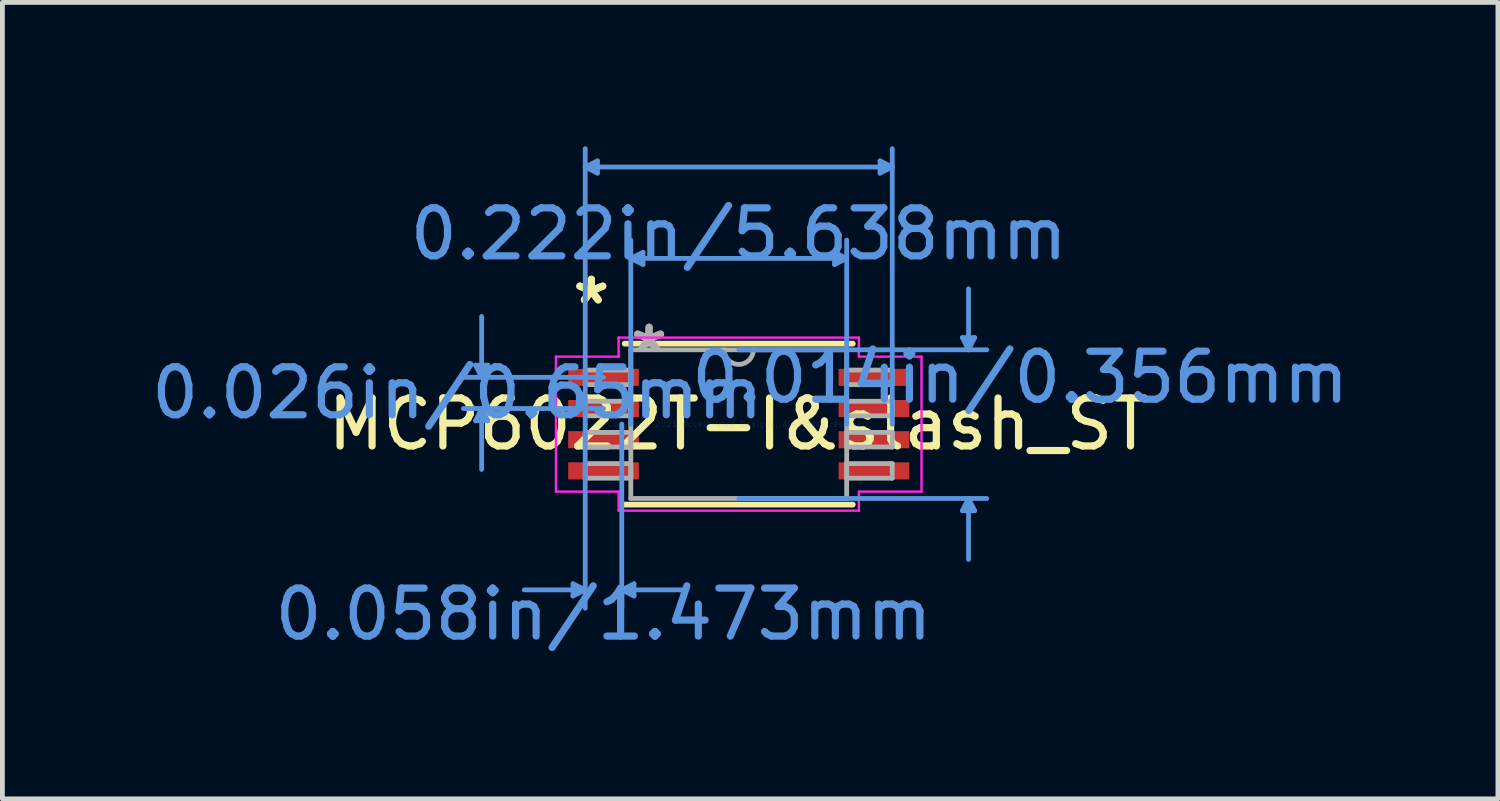
<source format=kicad_pcb>
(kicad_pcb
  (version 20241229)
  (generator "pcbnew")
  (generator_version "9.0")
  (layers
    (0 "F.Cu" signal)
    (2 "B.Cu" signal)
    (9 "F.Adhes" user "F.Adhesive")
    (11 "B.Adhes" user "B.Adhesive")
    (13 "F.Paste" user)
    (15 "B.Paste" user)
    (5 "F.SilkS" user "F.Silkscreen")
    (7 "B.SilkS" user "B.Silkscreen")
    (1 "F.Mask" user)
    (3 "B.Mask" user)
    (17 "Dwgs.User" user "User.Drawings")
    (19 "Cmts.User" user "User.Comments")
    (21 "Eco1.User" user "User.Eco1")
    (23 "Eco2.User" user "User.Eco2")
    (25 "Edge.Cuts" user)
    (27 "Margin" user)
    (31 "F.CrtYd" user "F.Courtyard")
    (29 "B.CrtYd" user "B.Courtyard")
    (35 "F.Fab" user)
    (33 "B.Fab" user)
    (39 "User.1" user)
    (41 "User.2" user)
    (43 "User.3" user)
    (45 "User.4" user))
  (footprint "MCP6022T-I&slash_ST"
    (layer "F.Cu")
    (at 12.349 5.791)
    (property "Reference" "MCP6022T-I&slash_ST" (at 0 0 0) (layer "F.SilkS") (effects (font (size 1 1) (thickness 0.15))))
    (attr through_hole)
    (fp_line (start -2.377 1.677) (end 2.377 1.677) (stroke (width 0.12) (type solid)) (layer "F.SilkS"))
    (fp_line (start 2.377 -1.677) (end -2.377 -1.677) (stroke (width 0.12) (type solid)) (layer "F.SilkS"))
    (fp_line (start -5.486 -1.229) (end -5.232 -1.229) (stroke (width 0.1) (type solid)) (layer "Cmts.User"))
    (fp_line (start -5.486 -0.071) (end -5.232 -0.071) (stroke (width 0.1) (type solid)) (layer "Cmts.User"))
    (fp_line (start -5.359 -0.975) (end -5.486 -1.229) (stroke (width 0.1) (type solid)) (layer "Cmts.User"))
    (fp_line (start -5.359 -0.975) (end -5.359 -2.245) (stroke (width 0.1) (type solid)) (layer "Cmts.User"))
    (fp_line (start -5.359 -0.975) (end -5.232 -1.229) (stroke (width 0.1) (type solid)) (layer "Cmts.User"))
    (fp_line (start -5.359 -0.325) (end -5.486 -0.071) (stroke (width 0.1) (type solid)) (layer "Cmts.User"))
    (fp_line (start -5.359 -0.325) (end -5.359 0.945) (stroke (width 0.1) (type solid)) (layer "Cmts.User"))
    (fp_line (start -5.359 -0.325) (end -5.232 -0.071) (stroke (width 0.1) (type solid)) (layer "Cmts.User"))
    (fp_line (start -3.454 3.328) (end -3.454 3.582) (stroke (width 0.1) (type solid)) (layer "Cmts.User"))
    (fp_line (start -3.2 -5.36) (end -2.946 -5.487) (stroke (width 0.1) (type solid)) (layer "Cmts.User"))
    (fp_line (start -3.2 -5.36) (end -2.946 -5.233) (stroke (width 0.1) (type solid)) (layer "Cmts.User"))
    (fp_line (start -3.2 -5.36) (end 3.2 -5.36) (stroke (width 0.1) (type solid)) (layer "Cmts.User"))
    (fp_line (start -3.2 0) (end -3.2 -5.741) (stroke (width 0.1) (type solid)) (layer "Cmts.User"))
    (fp_line (start -3.2 0) (end -3.2 3.836) (stroke (width 0.1) (type solid)) (layer "Cmts.User"))
    (fp_line (start -3.2 3.455) (end -4.47 3.455) (stroke (width 0.1) (type solid)) (layer "Cmts.User"))
    (fp_line (start -3.2 3.455) (end -3.454 3.328) (stroke (width 0.1) (type solid)) (layer "Cmts.User"))
    (fp_line (start -3.2 3.455) (end -3.454 3.582) (stroke (width 0.1) (type solid)) (layer "Cmts.User"))
    (fp_line (start -2.946 -5.487) (end -2.946 -5.233) (stroke (width 0.1) (type solid)) (layer "Cmts.User"))
    (fp_line (start -2.819 -0.975) (end -5.74 -0.975) (stroke (width 0.1) (type solid)) (layer "Cmts.User"))
    (fp_line (start -2.819 -0.325) (end -5.74 -0.325) (stroke (width 0.1) (type solid)) (layer "Cmts.User"))
    (fp_line (start -2.438 0) (end -2.438 3.836) (stroke (width 0.1) (type solid)) (layer "Cmts.User"))
    (fp_line (start -2.438 3.455) (end -2.184 3.328) (stroke (width 0.1) (type solid)) (layer "Cmts.User"))
    (fp_line (start -2.438 3.455) (end -2.184 3.582) (stroke (width 0.1) (type solid)) (layer "Cmts.User"))
    (fp_line (start -2.438 3.455) (end -1.168 3.455) (stroke (width 0.1) (type solid)) (layer "Cmts.User"))
    (fp_line (start -2.25 -3.455) (end -1.996 -3.582) (stroke (width 0.1) (type solid)) (layer "Cmts.User"))
    (fp_line (start -2.25 -3.455) (end -1.996 -3.328) (stroke (width 0.1) (type solid)) (layer "Cmts.User"))
    (fp_line (start -2.25 -3.455) (end 2.25 -3.455) (stroke (width 0.1) (type solid)) (layer "Cmts.User"))
    (fp_line (start -2.25 0) (end -2.25 -3.836) (stroke (width 0.1) (type solid)) (layer "Cmts.User"))
    (fp_line (start -2.184 3.328) (end -2.184 3.582) (stroke (width 0.1) (type solid)) (layer "Cmts.User"))
    (fp_line (start -1.996 -3.582) (end -1.996 -3.328) (stroke (width 0.1) (type solid)) (layer "Cmts.User"))
    (fp_line (start 0 -1.55) (end 5.171 -1.55) (stroke (width 0.1) (type solid)) (layer "Cmts.User"))
    (fp_line (start 0 1.55) (end 5.171 1.55) (stroke (width 0.1) (type solid)) (layer "Cmts.User"))
    (fp_line (start 1.996 -3.582) (end 1.996 -3.328) (stroke (width 0.1) (type solid)) (layer "Cmts.User"))
    (fp_line (start 2.25 -3.455) (end 1.996 -3.582) (stroke (width 0.1) (type solid)) (layer "Cmts.User"))
    (fp_line (start 2.25 -3.455) (end 1.996 -3.328) (stroke (width 0.1) (type solid)) (layer "Cmts.User"))
    (fp_line (start 2.25 0) (end 2.25 -3.836) (stroke (width 0.1) (type solid)) (layer "Cmts.User"))
    (fp_line (start 2.946 -5.487) (end 2.946 -5.233) (stroke (width 0.1) (type solid)) (layer "Cmts.User"))
    (fp_line (start 3.2 -5.36) (end 2.946 -5.487) (stroke (width 0.1) (type solid)) (layer "Cmts.User"))
    (fp_line (start 3.2 -5.36) (end 2.946 -5.233) (stroke (width 0.1) (type solid)) (layer "Cmts.User"))
    (fp_line (start 3.2 0) (end 3.2 -5.741) (stroke (width 0.1) (type solid)) (layer "Cmts.User"))
    (fp_line (start 4.663 -1.804) (end 4.917 -1.804) (stroke (width 0.1) (type solid)) (layer "Cmts.User"))
    (fp_line (start 4.663 1.804) (end 4.917 1.804) (stroke (width 0.1) (type solid)) (layer "Cmts.User"))
    (fp_line (start 4.79 -1.55) (end 4.663 -1.804) (stroke (width 0.1) (type solid)) (layer "Cmts.User"))
    (fp_line (start 4.79 -1.55) (end 4.79 -2.82) (stroke (width 0.1) (type solid)) (layer "Cmts.User"))
    (fp_line (start 4.79 -1.55) (end 4.917 -1.804) (stroke (width 0.1) (type solid)) (layer "Cmts.User"))
    (fp_line (start 4.79 1.55) (end 4.663 1.804) (stroke (width 0.1) (type solid)) (layer "Cmts.User"))
    (fp_line (start 4.79 1.55) (end 4.79 2.82) (stroke (width 0.1) (type solid)) (layer "Cmts.User"))
    (fp_line (start 4.79 1.55) (end 4.917 1.804) (stroke (width 0.1) (type solid)) (layer "Cmts.User"))
    (fp_line (start -3.81 -1.407) (end -2.504 -1.407) (stroke (width 0.05) (type solid)) (layer "F.CrtYd"))
    (fp_line (start -3.81 1.407) (end -3.81 -1.407) (stroke (width 0.05) (type solid)) (layer "F.CrtYd"))
    (fp_line (start -3.81 1.407) (end -2.504 1.407) (stroke (width 0.05) (type solid)) (layer "F.CrtYd"))
    (fp_line (start -2.504 -1.804) (end 2.504 -1.804) (stroke (width 0.05) (type solid)) (layer "F.CrtYd"))
    (fp_line (start -2.504 -1.407) (end -2.504 -1.804) (stroke (width 0.05) (type solid)) (layer "F.CrtYd"))
    (fp_line (start -2.504 1.804) (end -2.504 1.407) (stroke (width 0.05) (type solid)) (layer "F.CrtYd"))
    (fp_line (start 2.504 -1.804) (end 2.504 -1.407) (stroke (width 0.05) (type solid)) (layer "F.CrtYd"))
    (fp_line (start 2.504 1.407) (end 2.504 1.804) (stroke (width 0.05) (type solid)) (layer "F.CrtYd"))
    (fp_line (start 2.504 1.804) (end -2.504 1.804) (stroke (width 0.05) (type solid)) (layer "F.CrtYd"))
    (fp_line (start 3.81 -1.407) (end 2.504 -1.407) (stroke (width 0.05) (type solid)) (layer "F.CrtYd"))
    (fp_line (start 3.81 -1.407) (end 3.81 1.407) (stroke (width 0.05) (type solid)) (layer "F.CrtYd"))
    (fp_line (start 3.81 1.407) (end 2.504 1.407) (stroke (width 0.05) (type solid)) (layer "F.CrtYd"))
    (fp_line (start -3.2 -1.127) (end -3.2 -0.823) (stroke (width 0.1) (type solid)) (layer "F.Fab"))
    (fp_line (start -3.2 -0.823) (end -2.25 -0.823) (stroke (width 0.1) (type solid)) (layer "F.Fab"))
    (fp_line (start -3.2 -0.477) (end -3.2 -0.173) (stroke (width 0.1) (type solid)) (layer "F.Fab"))
    (fp_line (start -3.2 -0.173) (end -2.25 -0.173) (stroke (width 0.1) (type solid)) (layer "F.Fab"))
    (fp_line (start -3.2 0.173) (end -3.2 0.477) (stroke (width 0.1) (type solid)) (layer "F.Fab"))
    (fp_line (start -3.2 0.477) (end -2.25 0.477) (stroke (width 0.1) (type solid)) (layer "F.Fab"))
    (fp_line (start -3.2 0.823) (end -3.2 1.127) (stroke (width 0.1) (type solid)) (layer "F.Fab"))
    (fp_line (start -3.2 1.127) (end -2.25 1.127) (stroke (width 0.1) (type solid)) (layer "F.Fab"))
    (fp_line (start -2.25 -1.55) (end -2.25 1.55) (stroke (width 0.1) (type solid)) (layer "F.Fab"))
    (fp_line (start -2.25 -1.127) (end -3.2 -1.127) (stroke (width 0.1) (type solid)) (layer "F.Fab"))
    (fp_line (start -2.25 -0.823) (end -2.25 -1.127) (stroke (width 0.1) (type solid)) (layer "F.Fab"))
    (fp_line (start -2.25 -0.477) (end -3.2 -0.477) (stroke (width 0.1) (type solid)) (layer "F.Fab"))
    (fp_line (start -2.25 -0.173) (end -2.25 -0.477) (stroke (width 0.1) (type solid)) (layer "F.Fab"))
    (fp_line (start -2.25 0.173) (end -3.2 0.173) (stroke (width 0.1) (type solid)) (layer "F.Fab"))
    (fp_line (start -2.25 0.477) (end -2.25 0.173) (stroke (width 0.1) (type solid)) (layer "F.Fab"))
    (fp_line (start -2.25 0.823) (end -3.2 0.823) (stroke (width 0.1) (type solid)) (layer "F.Fab"))
    (fp_line (start -2.25 1.127) (end -2.25 0.823) (stroke (width 0.1) (type solid)) (layer "F.Fab"))
    (fp_line (start -2.25 1.55) (end 2.25 1.55) (stroke (width 0.1) (type solid)) (layer "F.Fab"))
    (fp_line (start 2.25 -1.55) (end -2.25 -1.55) (stroke (width 0.1) (type solid)) (layer "F.Fab"))
    (fp_line (start 2.25 -1.127) (end 2.25 -0.823) (stroke (width 0.1) (type solid)) (layer "F.Fab"))
    (fp_line (start 2.25 -0.823) (end 3.2 -0.823) (stroke (width 0.1) (type solid)) (layer "F.Fab"))
    (fp_line (start 2.25 -0.477) (end 2.25 -0.173) (stroke (width 0.1) (type solid)) (layer "F.Fab"))
    (fp_line (start 2.25 -0.173) (end 3.2 -0.173) (stroke (width 0.1) (type solid)) (layer "F.Fab"))
    (fp_line (start 2.25 0.173) (end 2.25 0.477) (stroke (width 0.1) (type solid)) (layer "F.Fab"))
    (fp_line (start 2.25 0.477) (end 3.2 0.477) (stroke (width 0.1) (type solid)) (layer "F.Fab"))
    (fp_line (start 2.25 0.823) (end 2.25 1.127) (stroke (width 0.1) (type solid)) (layer "F.Fab"))
    (fp_line (start 2.25 1.127) (end 3.2 1.127) (stroke (width 0.1) (type solid)) (layer "F.Fab"))
    (fp_line (start 2.25 1.55) (end 2.25 -1.55) (stroke (width 0.1) (type solid)) (layer "F.Fab"))
    (fp_line (start 3.2 -1.127) (end 2.25 -1.127) (stroke (width 0.1) (type solid)) (layer "F.Fab"))
    (fp_line (start 3.2 -0.823) (end 3.2 -1.127) (stroke (width 0.1) (type solid)) (layer "F.Fab"))
    (fp_line (start 3.2 -0.477) (end 2.25 -0.477) (stroke (width 0.1) (type solid)) (layer "F.Fab"))
    (fp_line (start 3.2 -0.173) (end 3.2 -0.477) (stroke (width 0.1) (type solid)) (layer "F.Fab"))
    (fp_line (start 3.2 0.173) (end 2.25 0.173) (stroke (width 0.1) (type solid)) (layer "F.Fab"))
    (fp_line (start 3.2 0.477) (end 3.2 0.173) (stroke (width 0.1) (type solid)) (layer "F.Fab"))
    (fp_line (start 3.2 0.823) (end 2.25 0.823) (stroke (width 0.1) (type solid)) (layer "F.Fab"))
    (fp_line (start 3.2 1.127) (end 3.2 0.823) (stroke (width 0.1) (type solid)) (layer "F.Fab"))
    (fp_arc (start 0.3048 -1.549998) (mid -0.000001 -1.245199) (end -0.3048 -1.55) (stroke (width 0.1) (type solid)) (layer "F.Fab"))
    (fp_text user "*" (at -3.073 -2.474 0) (layer "F.SilkS") (effects (font (size 1 1) (thickness 0.15))))
    (fp_text user "*" (at -3.073 -2.474 0) (layer "F.SilkS") (effects (font (size 1 1) (thickness 0.15))))
    (fp_text user "0.058in/1.473mm" (at -2.819 3.963 0) (layer "Cmts.User") (effects (font (size 1 1) (thickness 0.15))))
    (fp_text user "0.014in/0.356mm" (at 5.867 -0.975 0) (layer "Cmts.User") (effects (font (size 1 1) (thickness 0.15))))
    (fp_text user "0.026in/0.65mm" (at -5.867 -0.65 0) (layer "Cmts.User") (effects (font (size 1 1) (thickness 0.15))))
    (fp_text user "0.222in/5.638mm" (at 0 -3.963 0) (layer "Cmts.User") (effects (font (size 1 1) (thickness 0.15))))
    (fp_text user "Copyright 2021 Accelerated Designs. All rights reserved." (at 0 0 0) (layer "Cmts.User") (effects (font (size 0.127 0.127) (thickness 0.002))))
    (fp_text user "*" (at -1.869 -1.474 0) (layer "F.Fab") (effects (font (size 1 1) (thickness 0.15))))
    (fp_text user "*" (at -1.869 -1.474 0) (layer "F.Fab") (effects (font (size 1 1) (thickness 0.15))))
    (pad "1" smd rect (at -2.819 -0.975) (size 1.473 0.356) (layers "F.Cu" "F.Mask" "F.Paste"))
    (pad "2" smd rect (at -2.819 -0.325) (size 1.473 0.356) (layers "F.Cu" "F.Mask" "F.Paste"))
    (pad "3" smd rect (at -2.819 0.325) (size 1.473 0.356) (layers "F.Cu" "F.Mask" "F.Paste"))
    (pad "4" smd rect (at -2.819 0.975) (size 1.473 0.356) (layers "F.Cu" "F.Mask" "F.Paste"))
    (pad "5" smd rect (at 2.819 0.975) (size 1.473 0.356) (layers "F.Cu" "F.Mask" "F.Paste"))
    (pad "6" smd rect (at 2.819 0.325) (size 1.473 0.356) (layers "F.Cu" "F.Mask" "F.Paste"))
    (pad "7" smd rect (at 2.819 -0.325) (size 1.473 0.356) (layers "F.Cu" "F.Mask" "F.Paste"))
    (pad "8" smd rect (at 2.819 -0.975) (size 1.473 0.356) (layers "F.Cu" "F.Mask" "F.Paste")))
  (gr_rect
    (start -3 -3)
    (end 28.174 13.602)
    (stroke (width 0.1) (type default))
    (fill no)
    (layer "Edge.Cuts")))
</source>
